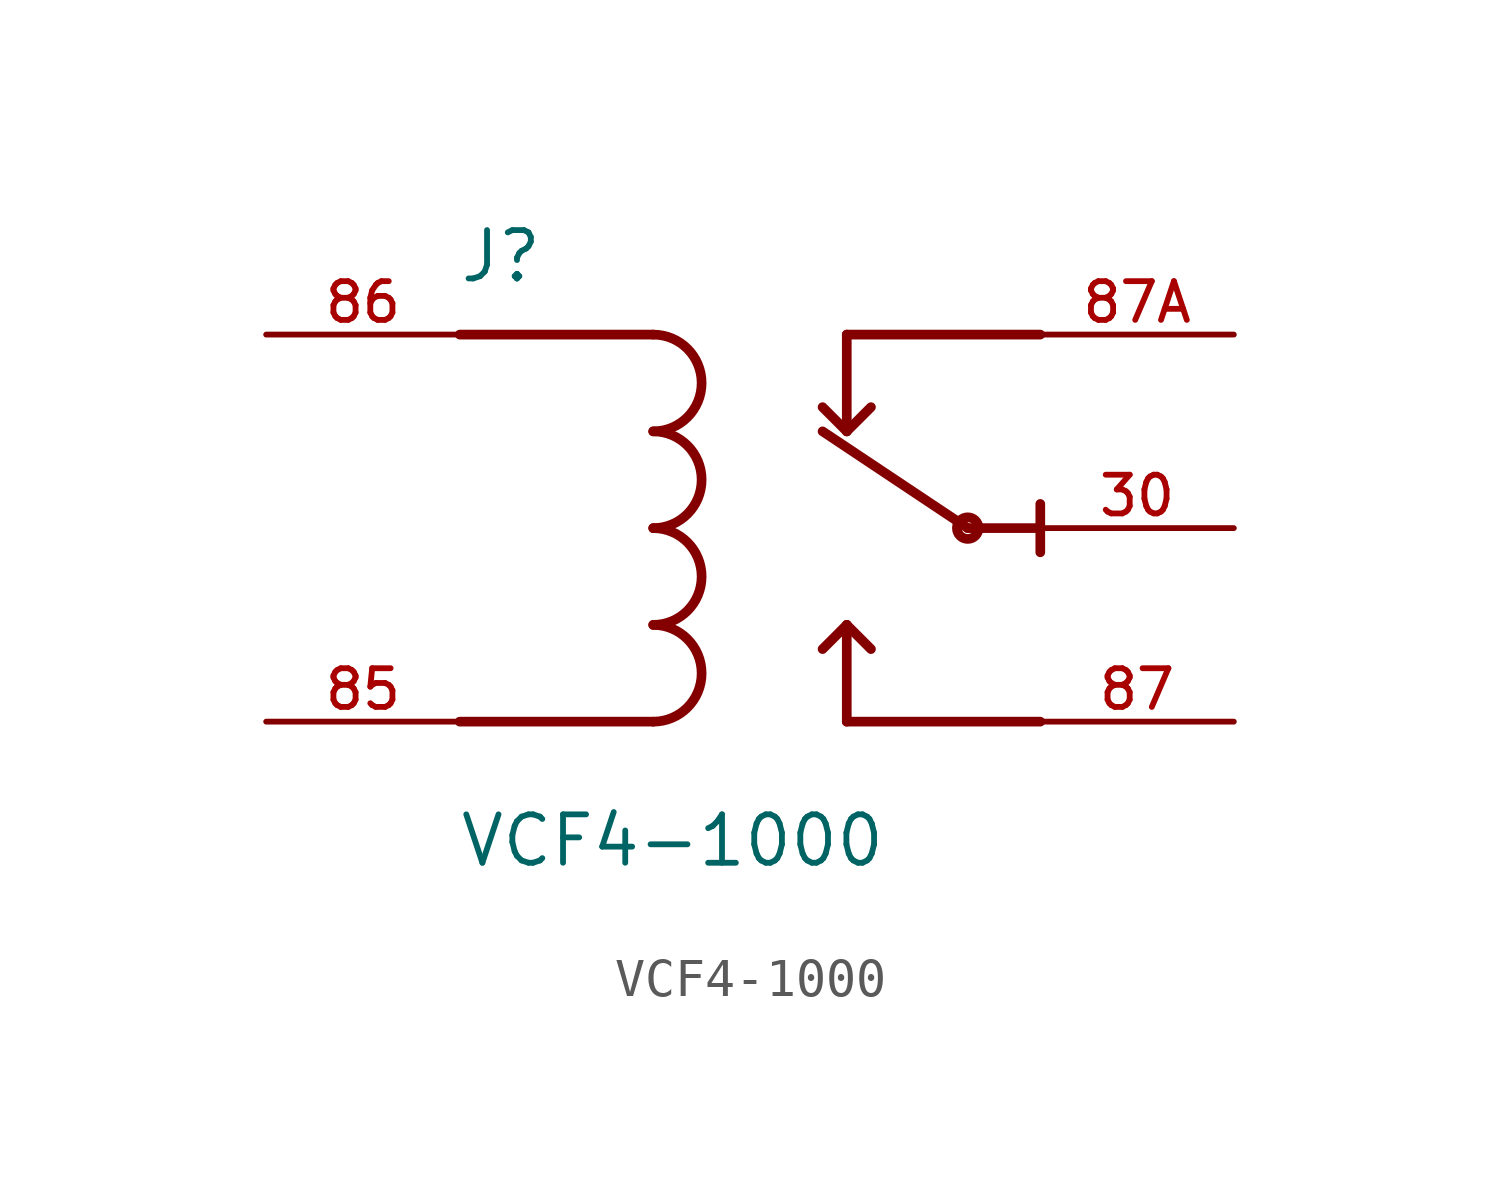
<source format=kicad_sym>
(kicad_symbol_lib
  (version 20211014)
  (generator kicad_symbol_editor)
  (symbol "VCF4-1000"
    (pin_names
      (offset 1.016))
    (property "Reference" "J"
      (at -7.668 6.39 0)
      (effects (font (size 1.27 1.27)) (justify bottom left)))
    (property "Value" "VCF4-1000"
      (at -7.669 -8.947 0)
      (effects (font (size 1.27 1.27)) (justify bottom left)))
    (symbol "VCF4-1000_0_0"
      (arc (start -2.54 2.54) (mid -1.27 3.81) (end -2.54 5.08) (stroke (width 0.254) (type default) (color 0 0 0 0)) (fill (type none)))
      (arc (start -2.54 0.0) (mid -1.27 1.27) (end -2.54 2.54) (stroke (width 0.254) (type default) (color 0 0 0 0)) (fill (type none)))
      (arc (start -2.54 -2.54) (mid -1.27 -1.27) (end -2.54 0.0) (stroke (width 0.254) (type default) (color 0 0 0 0)) (fill (type none)))
      (arc (start -2.54 -5.08) (mid -1.27 -3.81) (end -2.54 -2.54) (stroke (width 0.254) (type default) (color 0 0 0 0)) (fill (type none)))
      (polyline (pts (xy 7.62 5.08) (xy 2.54 5.08)) (stroke (width 0.254)))
      (polyline (pts (xy 2.54 5.08) (xy 2.54 2.54)) (stroke (width 0.254)))
      (polyline (pts (xy 7.62 -5.08) (xy 2.54 -5.08)) (stroke (width 0.254)))
      (polyline (pts (xy 2.54 -5.08) (xy 2.54 -2.54)) (stroke (width 0.254)))
      (polyline (pts (xy 2.54 2.54) (xy 3.175 3.175)) (stroke (width 0.254)))
      (polyline (pts (xy 2.54 2.54) (xy 1.905 3.175)) (stroke (width 0.254)))
      (polyline (pts (xy 2.54 -2.54) (xy 1.905 -3.175)) (stroke (width 0.254)))
      (polyline (pts (xy 2.54 -2.54) (xy 3.175 -3.175)) (stroke (width 0.254)))
      (polyline (pts (xy 7.62 0.635) (xy 7.62 0.0)) (stroke (width 0.254)))
      (polyline (pts (xy 7.62 0.0) (xy 7.62 -0.635)) (stroke (width 0.254)))
      (polyline (pts (xy 7.62 0.0) (xy 5.715 0.0)) (stroke (width 0.254)))
      (circle (center 5.715 0.0) (radius 0.284) (stroke (width 0.254)) (fill (type none)))
      (polyline (pts (xy 5.715 0.0) (xy 1.905 2.54)) (stroke (width 0.254)))
      (polyline (pts (xy -7.62 5.08) (xy -2.54 5.08)) (stroke (width 0.254)))
      (polyline (pts (xy -7.62 -5.08) (xy -2.54 -5.08)) (stroke (width 0.254)))
      (pin passive line (at -12.7 5.08 0) (length 5.08) (name "~" (effects (font (size 1.016 1.016)))) (number "86" (effects (font (size 1.016 1.016)))))
      (pin passive line (at -12.7 -5.08 0) (length 5.08) (name "~" (effects (font (size 1.016 1.016)))) (number "85" (effects (font (size 1.016 1.016)))))
      (pin passive line (at 12.7 5.08 180.0) (length 5.08) (name "~" (effects (font (size 1.016 1.016)))) (number "87A" (effects (font (size 1.016 1.016)))))
      (pin passive line (at 12.7 0.0 180.0) (length 5.08) (name "~" (effects (font (size 1.016 1.016)))) (number "30" (effects (font (size 1.016 1.016)))))
      (pin passive line (at 12.7 -5.08 180.0) (length 5.08) (name "~" (effects (font (size 1.016 1.016)))) (number "87" (effects (font (size 1.016 1.016))))))))
</source>
